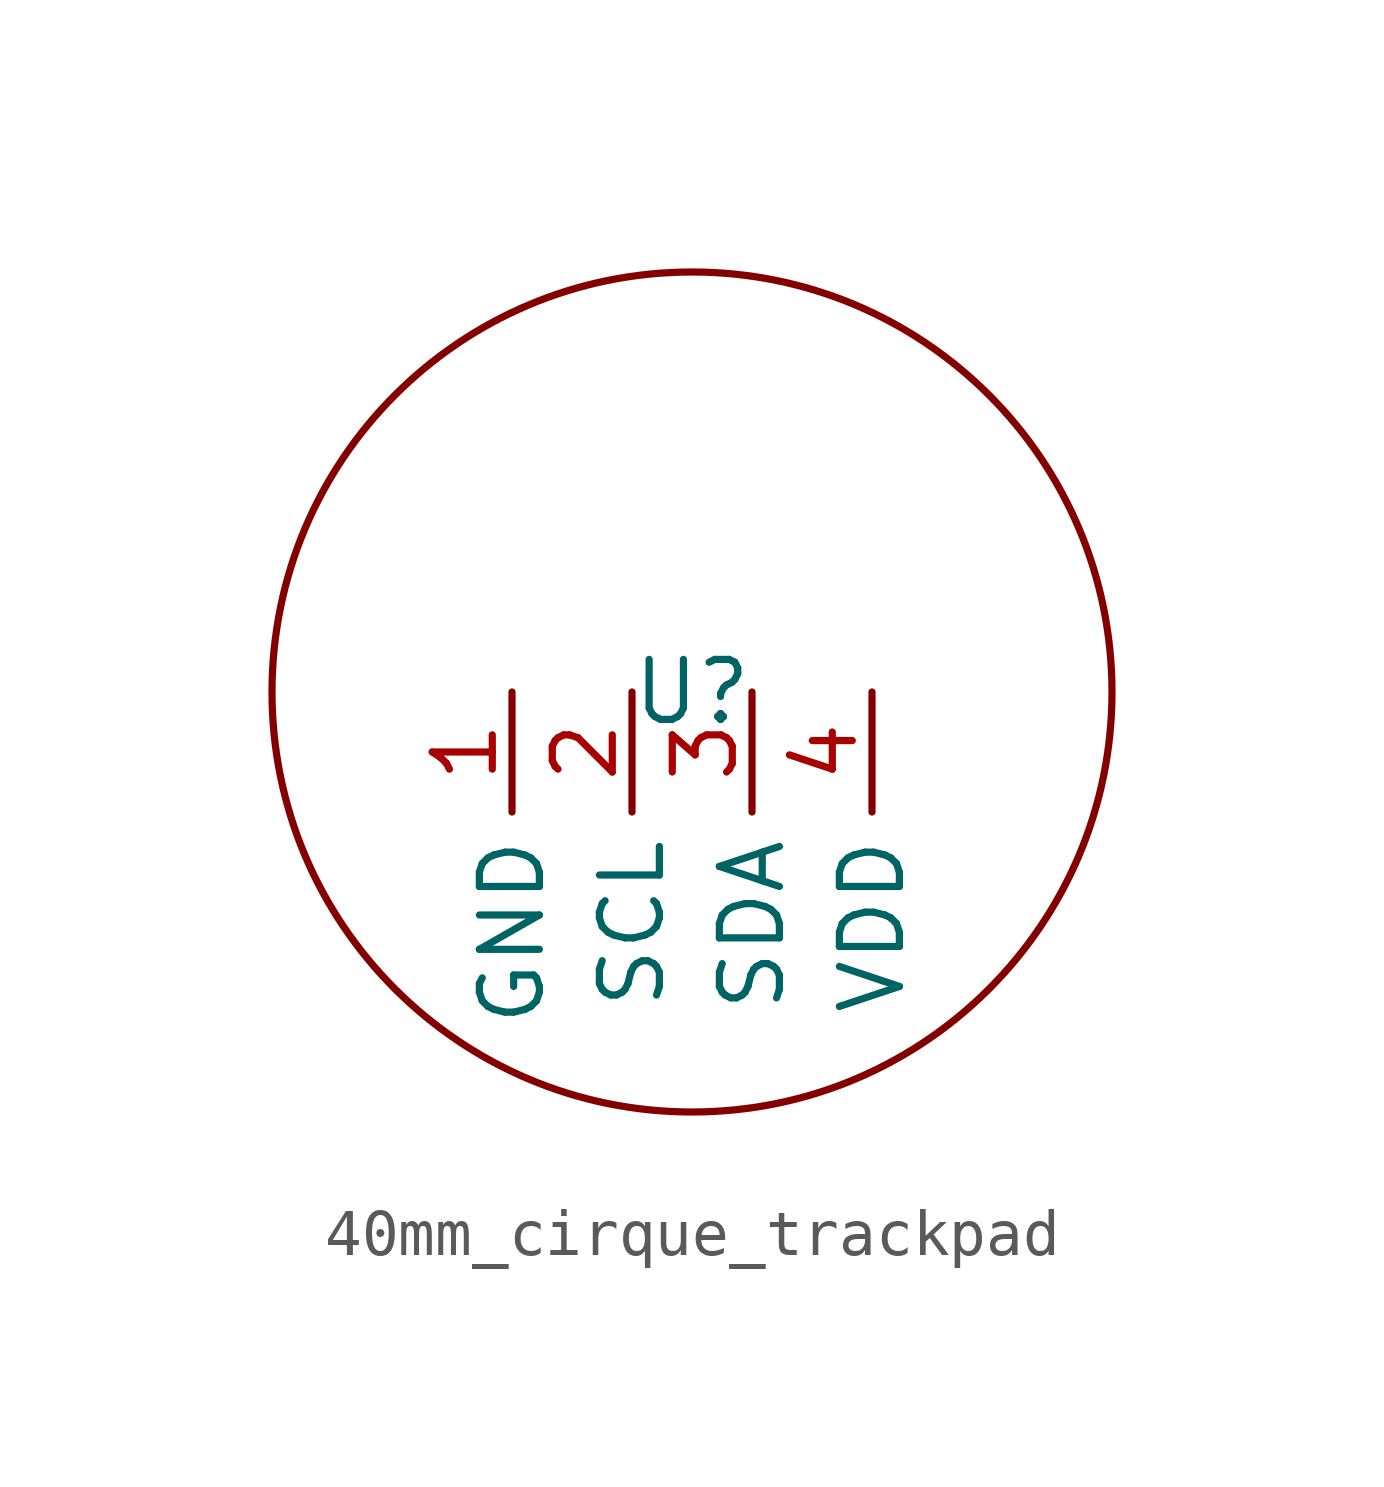
<source format=kicad_sym>
(kicad_symbol_lib
  (version 20220914)
  (generator kicad_symbol_editor)
  (symbol "40mm_cirque_trackpad"
    (property "Reference" "U"
      (at 0 0 0)
      (effects (font (size 1.27 1.27))))
    (property "Value" ""
      (at 0 0 0)
      (effects (font (size 1.27 1.27))))
    (symbol "40mm_cirque_trackpad_0_1"
      (circle (center 0 0) (radius 8.89) (stroke (width 0) (type default)) (fill (type none))))
    (symbol "40mm_cirque_trackpad_1_1"
      (pin passive line (at -3.81 0 270) (length 2.54) (name "GND" (effects (font (size 1.27 1.27)))) (number "1" (effects (font (size 1.27 1.27)))))
      (pin passive line (at -1.27 0 270) (length 2.54) (name "SCL" (effects (font (size 1.27 1.27)))) (number "2" (effects (font (size 1.27 1.27)))))
      (pin passive line (at 1.27 0 270) (length 2.54) (name "SDA" (effects (font (size 1.27 1.27)))) (number "3" (effects (font (size 1.27 1.27)))))
      (pin passive line (at 3.81 0 270) (length 2.54) (name "VDD" (effects (font (size 1.27 1.27)))) (number "4" (effects (font (size 1.27 1.27))))))))
</source>
